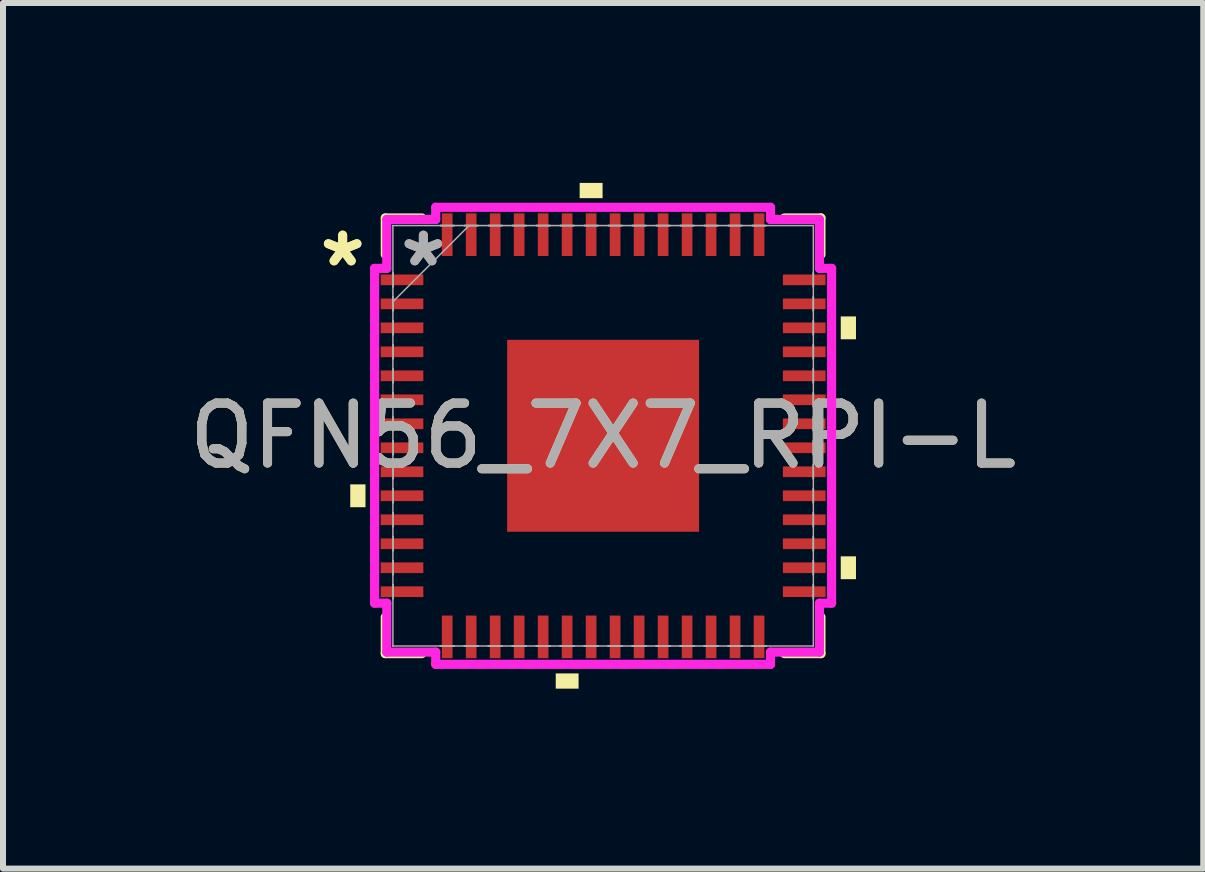
<source format=kicad_pcb>
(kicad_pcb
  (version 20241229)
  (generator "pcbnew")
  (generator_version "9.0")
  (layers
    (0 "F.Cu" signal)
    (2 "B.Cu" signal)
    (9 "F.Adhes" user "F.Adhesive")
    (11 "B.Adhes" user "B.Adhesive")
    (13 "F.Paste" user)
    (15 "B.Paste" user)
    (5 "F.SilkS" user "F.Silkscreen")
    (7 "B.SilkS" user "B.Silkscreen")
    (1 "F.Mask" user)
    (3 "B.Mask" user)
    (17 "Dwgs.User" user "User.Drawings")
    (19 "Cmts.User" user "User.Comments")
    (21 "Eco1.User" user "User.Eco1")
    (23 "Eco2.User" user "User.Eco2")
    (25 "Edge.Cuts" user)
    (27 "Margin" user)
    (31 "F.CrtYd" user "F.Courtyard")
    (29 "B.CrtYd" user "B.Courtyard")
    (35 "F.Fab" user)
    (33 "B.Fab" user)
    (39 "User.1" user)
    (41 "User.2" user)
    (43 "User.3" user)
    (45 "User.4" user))
  (footprint "QFN56_7X7_RPI-L"
    (layer "F.Cu")
    (at 7.006 4.216)
    (property "Reference" "QFN56_7X7_RPI-L" (at 0 0 0) (unlocked yes) (layer "F.SilkS") (effects (font (size 1 1) (thickness 0.15))))
    (attr smd)
    (fp_line (start -3.632 -3.632) (end -3.632 -3.022) (stroke (width 0.152) (type solid)) (layer "F.SilkS"))
    (fp_line (start -3.632 3.022) (end -3.632 3.632) (stroke (width 0.152) (type solid)) (layer "F.SilkS"))
    (fp_line (start -3.632 3.632) (end -3.022 3.632) (stroke (width 0.152) (type solid)) (layer "F.SilkS"))
    (fp_line (start -3.022 -3.632) (end -3.632 -3.632) (stroke (width 0.152) (type solid)) (layer "F.SilkS"))
    (fp_line (start 3.022 3.632) (end 3.632 3.632) (stroke (width 0.152) (type solid)) (layer "F.SilkS"))
    (fp_line (start 3.632 -3.632) (end 3.022 -3.632) (stroke (width 0.152) (type solid)) (layer "F.SilkS"))
    (fp_line (start 3.632 -3.022) (end 3.632 -3.632) (stroke (width 0.152) (type solid)) (layer "F.SilkS"))
    (fp_line (start 3.632 3.632) (end 3.632 3.022) (stroke (width 0.152) (type solid)) (layer "F.SilkS"))
    (fp_poly (pts (xy -4.216 0.81) (xy -4.216 1.191) (xy -3.962 1.191) (xy -3.962 0.81)) (stroke (width 0) (type solid)) (fill yes) (layer "F.SilkS"))
    (fp_poly (pts (xy -0.79 3.962) (xy -0.79 4.216) (xy -0.409 4.216) (xy -0.409 3.962)) (stroke (width 0) (type solid)) (fill yes) (layer "F.SilkS"))
    (fp_poly (pts (xy -0.391 -3.962) (xy -0.391 -4.216) (xy -0.009 -4.216) (xy -0.009 -3.962)) (stroke (width 0) (type solid)) (fill yes) (layer "F.SilkS"))
    (fp_poly (pts (xy 4.216 -1.99) (xy 4.216 -1.609) (xy 3.962 -1.609) (xy 3.962 -1.99)) (stroke (width 0) (type solid)) (fill yes) (layer "F.SilkS"))
    (fp_poly (pts (xy 4.216 2.01) (xy 4.216 2.391) (xy 3.962 2.391) (xy 3.962 2.01)) (stroke (width 0) (type solid)) (fill yes) (layer "F.SilkS"))
    (fp_poly (pts (xy -1.5 -1.5) (xy -1.5 -0.1) (xy -0.1 -0.1) (xy -0.1 -1.5)) (stroke (width 0) (type solid)) (fill yes) (layer "F.Paste"))
    (fp_poly (pts (xy -1.5 0.1) (xy -1.5 1.5) (xy -0.1 1.5) (xy -0.1 0.1)) (stroke (width 0) (type solid)) (fill yes) (layer "F.Paste"))
    (fp_poly (pts (xy 0.1 -1.5) (xy 0.1 -0.1) (xy 1.5 -0.1) (xy 1.5 -1.5)) (stroke (width 0) (type solid)) (fill yes) (layer "F.Paste"))
    (fp_poly (pts (xy 0.1 0.1) (xy 0.1 1.5) (xy 1.5 1.5) (xy 1.5 0.1)) (stroke (width 0) (type solid)) (fill yes) (layer "F.Paste"))
    (fp_line (start -3.81 -2.791) (end -3.607 -2.791) (stroke (width 0.152) (type solid)) (layer "F.CrtYd"))
    (fp_line (start -3.81 2.791) (end -3.81 -2.791) (stroke (width 0.152) (type solid)) (layer "F.CrtYd"))
    (fp_line (start -3.607 -3.607) (end -2.791 -3.607) (stroke (width 0.152) (type solid)) (layer "F.CrtYd"))
    (fp_line (start -3.607 -2.791) (end -3.607 -3.607) (stroke (width 0.152) (type solid)) (layer "F.CrtYd"))
    (fp_line (start -3.607 2.791) (end -3.81 2.791) (stroke (width 0.152) (type solid)) (layer "F.CrtYd"))
    (fp_line (start -3.607 3.607) (end -3.607 2.791) (stroke (width 0.152) (type solid)) (layer "F.CrtYd"))
    (fp_line (start -2.791 -3.81) (end 2.791 -3.81) (stroke (width 0.152) (type solid)) (layer "F.CrtYd"))
    (fp_line (start -2.791 -3.607) (end -2.791 -3.81) (stroke (width 0.152) (type solid)) (layer "F.CrtYd"))
    (fp_line (start -2.791 3.607) (end -3.607 3.607) (stroke (width 0.152) (type solid)) (layer "F.CrtYd"))
    (fp_line (start -2.791 3.81) (end -2.791 3.607) (stroke (width 0.152) (type solid)) (layer "F.CrtYd"))
    (fp_line (start 2.791 -3.81) (end 2.791 -3.607) (stroke (width 0.152) (type solid)) (layer "F.CrtYd"))
    (fp_line (start 2.791 -3.607) (end 3.607 -3.607) (stroke (width 0.152) (type solid)) (layer "F.CrtYd"))
    (fp_line (start 2.791 3.607) (end 2.791 3.81) (stroke (width 0.152) (type solid)) (layer "F.CrtYd"))
    (fp_line (start 2.791 3.81) (end -2.791 3.81) (stroke (width 0.152) (type solid)) (layer "F.CrtYd"))
    (fp_line (start 3.607 -3.607) (end 3.607 -2.791) (stroke (width 0.152) (type solid)) (layer "F.CrtYd"))
    (fp_line (start 3.607 -2.791) (end 3.81 -2.791) (stroke (width 0.152) (type solid)) (layer "F.CrtYd"))
    (fp_line (start 3.607 2.791) (end 3.607 3.607) (stroke (width 0.152) (type solid)) (layer "F.CrtYd"))
    (fp_line (start 3.607 3.607) (end 2.791 3.607) (stroke (width 0.152) (type solid)) (layer "F.CrtYd"))
    (fp_line (start 3.81 -2.791) (end 3.81 2.791) (stroke (width 0.152) (type solid)) (layer "F.CrtYd"))
    (fp_line (start 3.81 2.791) (end 3.607 2.791) (stroke (width 0.152) (type solid)) (layer "F.CrtYd"))
    (fp_line (start -3.505 -3.505) (end -3.505 -3.505) (stroke (width 0.025) (type solid)) (layer "F.Fab"))
    (fp_line (start -3.505 -3.505) (end -3.505 3.505) (stroke (width 0.025) (type solid)) (layer "F.Fab"))
    (fp_line (start -3.505 -2.714) (end -3.505 -2.714) (stroke (width 0.025) (type solid)) (layer "F.Fab"))
    (fp_line (start -3.505 -2.714) (end -3.505 -2.486) (stroke (width 0.025) (type solid)) (layer "F.Fab"))
    (fp_line (start -3.505 -2.486) (end -3.505 -2.714) (stroke (width 0.025) (type solid)) (layer "F.Fab"))
    (fp_line (start -3.505 -2.486) (end -3.505 -2.486) (stroke (width 0.025) (type solid)) (layer "F.Fab"))
    (fp_line (start -3.505 -2.314) (end -3.505 -2.314) (stroke (width 0.025) (type solid)) (layer "F.Fab"))
    (fp_line (start -3.505 -2.314) (end -3.505 -2.086) (stroke (width 0.025) (type solid)) (layer "F.Fab"))
    (fp_line (start -3.505 -2.235) (end -2.235 -3.505) (stroke (width 0.025) (type solid)) (layer "F.Fab"))
    (fp_line (start -3.505 -2.086) (end -3.505 -2.314) (stroke (width 0.025) (type solid)) (layer "F.Fab"))
    (fp_line (start -3.505 -2.086) (end -3.505 -2.086) (stroke (width 0.025) (type solid)) (layer "F.Fab"))
    (fp_line (start -3.505 -1.914) (end -3.505 -1.914) (stroke (width 0.025) (type solid)) (layer "F.Fab"))
    (fp_line (start -3.505 -1.914) (end -3.505 -1.686) (stroke (width 0.025) (type solid)) (layer "F.Fab"))
    (fp_line (start -3.505 -1.686) (end -3.505 -1.914) (stroke (width 0.025) (type solid)) (layer "F.Fab"))
    (fp_line (start -3.505 -1.686) (end -3.505 -1.686) (stroke (width 0.025) (type solid)) (layer "F.Fab"))
    (fp_line (start -3.505 -1.514) (end -3.505 -1.514) (stroke (width 0.025) (type solid)) (layer "F.Fab"))
    (fp_line (start -3.505 -1.514) (end -3.505 -1.286) (stroke (width 0.025) (type solid)) (layer "F.Fab"))
    (fp_line (start -3.505 -1.286) (end -3.505 -1.514) (stroke (width 0.025) (type solid)) (layer "F.Fab"))
    (fp_line (start -3.505 -1.286) (end -3.505 -1.286) (stroke (width 0.025) (type solid)) (layer "F.Fab"))
    (fp_line (start -3.505 -1.114) (end -3.505 -1.114) (stroke (width 0.025) (type solid)) (layer "F.Fab"))
    (fp_line (start -3.505 -1.114) (end -3.505 -0.886) (stroke (width 0.025) (type solid)) (layer "F.Fab"))
    (fp_line (start -3.505 -0.886) (end -3.505 -1.114) (stroke (width 0.025) (type solid)) (layer "F.Fab"))
    (fp_line (start -3.505 -0.886) (end -3.505 -0.886) (stroke (width 0.025) (type solid)) (layer "F.Fab"))
    (fp_line (start -3.505 -0.714) (end -3.505 -0.714) (stroke (width 0.025) (type solid)) (layer "F.Fab"))
    (fp_line (start -3.505 -0.714) (end -3.505 -0.486) (stroke (width 0.025) (type solid)) (layer "F.Fab"))
    (fp_line (start -3.505 -0.486) (end -3.505 -0.714) (stroke (width 0.025) (type solid)) (layer "F.Fab"))
    (fp_line (start -3.505 -0.486) (end -3.505 -0.486) (stroke (width 0.025) (type solid)) (layer "F.Fab"))
    (fp_line (start -3.505 -0.314) (end -3.505 -0.314) (stroke (width 0.025) (type solid)) (layer "F.Fab"))
    (fp_line (start -3.505 -0.314) (end -3.505 -0.086) (stroke (width 0.025) (type solid)) (layer "F.Fab"))
    (fp_line (start -3.505 -0.086) (end -3.505 -0.314) (stroke (width 0.025) (type solid)) (layer "F.Fab"))
    (fp_line (start -3.505 -0.086) (end -3.505 -0.086) (stroke (width 0.025) (type solid)) (layer "F.Fab"))
    (fp_line (start -3.505 0.086) (end -3.505 0.086) (stroke (width 0.025) (type solid)) (layer "F.Fab"))
    (fp_line (start -3.505 0.086) (end -3.505 0.314) (stroke (width 0.025) (type solid)) (layer "F.Fab"))
    (fp_line (start -3.505 0.314) (end -3.505 0.086) (stroke (width 0.025) (type solid)) (layer "F.Fab"))
    (fp_line (start -3.505 0.314) (end -3.505 0.314) (stroke (width 0.025) (type solid)) (layer "F.Fab"))
    (fp_line (start -3.505 0.486) (end -3.505 0.486) (stroke (width 0.025) (type solid)) (layer "F.Fab"))
    (fp_line (start -3.505 0.486) (end -3.505 0.714) (stroke (width 0.025) (type solid)) (layer "F.Fab"))
    (fp_line (start -3.505 0.714) (end -3.505 0.486) (stroke (width 0.025) (type solid)) (layer "F.Fab"))
    (fp_line (start -3.505 0.714) (end -3.505 0.714) (stroke (width 0.025) (type solid)) (layer "F.Fab"))
    (fp_line (start -3.505 0.886) (end -3.505 0.886) (stroke (width 0.025) (type solid)) (layer "F.Fab"))
    (fp_line (start -3.505 0.886) (end -3.505 1.114) (stroke (width 0.025) (type solid)) (layer "F.Fab"))
    (fp_line (start -3.505 1.114) (end -3.505 0.886) (stroke (width 0.025) (type solid)) (layer "F.Fab"))
    (fp_line (start -3.505 1.114) (end -3.505 1.114) (stroke (width 0.025) (type solid)) (layer "F.Fab"))
    (fp_line (start -3.505 1.286) (end -3.505 1.286) (stroke (width 0.025) (type solid)) (layer "F.Fab"))
    (fp_line (start -3.505 1.286) (end -3.505 1.514) (stroke (width 0.025) (type solid)) (layer "F.Fab"))
    (fp_line (start -3.505 1.514) (end -3.505 1.286) (stroke (width 0.025) (type solid)) (layer "F.Fab"))
    (fp_line (start -3.505 1.514) (end -3.505 1.514) (stroke (width 0.025) (type solid)) (layer "F.Fab"))
    (fp_line (start -3.505 1.686) (end -3.505 1.686) (stroke (width 0.025) (type solid)) (layer "F.Fab"))
    (fp_line (start -3.505 1.686) (end -3.505 1.914) (stroke (width 0.025) (type solid)) (layer "F.Fab"))
    (fp_line (start -3.505 1.914) (end -3.505 1.686) (stroke (width 0.025) (type solid)) (layer "F.Fab"))
    (fp_line (start -3.505 1.914) (end -3.505 1.914) (stroke (width 0.025) (type solid)) (layer "F.Fab"))
    (fp_line (start -3.505 2.086) (end -3.505 2.086) (stroke (width 0.025) (type solid)) (layer "F.Fab"))
    (fp_line (start -3.505 2.086) (end -3.505 2.314) (stroke (width 0.025) (type solid)) (layer "F.Fab"))
    (fp_line (start -3.505 2.314) (end -3.505 2.086) (stroke (width 0.025) (type solid)) (layer "F.Fab"))
    (fp_line (start -3.505 2.314) (end -3.505 2.314) (stroke (width 0.025) (type solid)) (layer "F.Fab"))
    (fp_line (start -3.505 2.486) (end -3.505 2.486) (stroke (width 0.025) (type solid)) (layer "F.Fab"))
    (fp_line (start -3.505 2.486) (end -3.505 2.714) (stroke (width 0.025) (type solid)) (layer "F.Fab"))
    (fp_line (start -3.505 2.714) (end -3.505 2.486) (stroke (width 0.025) (type solid)) (layer "F.Fab"))
    (fp_line (start -3.505 2.714) (end -3.505 2.714) (stroke (width 0.025) (type solid)) (layer "F.Fab"))
    (fp_line (start -3.505 3.505) (end -3.505 3.505) (stroke (width 0.025) (type solid)) (layer "F.Fab"))
    (fp_line (start -3.505 3.505) (end 3.505 3.505) (stroke (width 0.025) (type solid)) (layer "F.Fab"))
    (fp_line (start -2.714 -3.505) (end -2.714 -3.505) (stroke (width 0.025) (type solid)) (layer "F.Fab"))
    (fp_line (start -2.714 -3.505) (end -2.486 -3.505) (stroke (width 0.025) (type solid)) (layer "F.Fab"))
    (fp_line (start -2.714 3.505) (end -2.714 3.505) (stroke (width 0.025) (type solid)) (layer "F.Fab"))
    (fp_line (start -2.714 3.505) (end -2.486 3.505) (stroke (width 0.025) (type solid)) (layer "F.Fab"))
    (fp_line (start -2.486 -3.505) (end -2.714 -3.505) (stroke (width 0.025) (type solid)) (layer "F.Fab"))
    (fp_line (start -2.486 -3.505) (end -2.486 -3.505) (stroke (width 0.025) (type solid)) (layer "F.Fab"))
    (fp_line (start -2.486 3.505) (end -2.714 3.505) (stroke (width 0.025) (type solid)) (layer "F.Fab"))
    (fp_line (start -2.486 3.505) (end -2.486 3.505) (stroke (width 0.025) (type solid)) (layer "F.Fab"))
    (fp_line (start -2.314 -3.505) (end -2.314 -3.505) (stroke (width 0.025) (type solid)) (layer "F.Fab"))
    (fp_line (start -2.314 -3.505) (end -2.086 -3.505) (stroke (width 0.025) (type solid)) (layer "F.Fab"))
    (fp_line (start -2.314 3.505) (end -2.314 3.505) (stroke (width 0.025) (type solid)) (layer "F.Fab"))
    (fp_line (start -2.314 3.505) (end -2.086 3.505) (stroke (width 0.025) (type solid)) (layer "F.Fab"))
    (fp_line (start -2.086 -3.505) (end -2.314 -3.505) (stroke (width 0.025) (type solid)) (layer "F.Fab"))
    (fp_line (start -2.086 -3.505) (end -2.086 -3.505) (stroke (width 0.025) (type solid)) (layer "F.Fab"))
    (fp_line (start -2.086 3.505) (end -2.314 3.505) (stroke (width 0.025) (type solid)) (layer "F.Fab"))
    (fp_line (start -2.086 3.505) (end -2.086 3.505) (stroke (width 0.025) (type solid)) (layer "F.Fab"))
    (fp_line (start -1.914 -3.505) (end -1.914 -3.505) (stroke (width 0.025) (type solid)) (layer "F.Fab"))
    (fp_line (start -1.914 -3.505) (end -1.686 -3.505) (stroke (width 0.025) (type solid)) (layer "F.Fab"))
    (fp_line (start -1.914 3.505) (end -1.914 3.505) (stroke (width 0.025) (type solid)) (layer "F.Fab"))
    (fp_line (start -1.914 3.505) (end -1.686 3.505) (stroke (width 0.025) (type solid)) (layer "F.Fab"))
    (fp_line (start -1.686 -3.505) (end -1.914 -3.505) (stroke (width 0.025) (type solid)) (layer "F.Fab"))
    (fp_line (start -1.686 -3.505) (end -1.686 -3.505) (stroke (width 0.025) (type solid)) (layer "F.Fab"))
    (fp_line (start -1.686 3.505) (end -1.914 3.505) (stroke (width 0.025) (type solid)) (layer "F.Fab"))
    (fp_line (start -1.686 3.505) (end -1.686 3.505) (stroke (width 0.025) (type solid)) (layer "F.Fab"))
    (fp_line (start -1.514 -3.505) (end -1.514 -3.505) (stroke (width 0.025) (type solid)) (layer "F.Fab"))
    (fp_line (start -1.514 -3.505) (end -1.286 -3.505) (stroke (width 0.025) (type solid)) (layer "F.Fab"))
    (fp_line (start -1.514 3.505) (end -1.514 3.505) (stroke (width 0.025) (type solid)) (layer "F.Fab"))
    (fp_line (start -1.514 3.505) (end -1.286 3.505) (stroke (width 0.025) (type solid)) (layer "F.Fab"))
    (fp_line (start -1.286 -3.505) (end -1.514 -3.505) (stroke (width 0.025) (type solid)) (layer "F.Fab"))
    (fp_line (start -1.286 -3.505) (end -1.286 -3.505) (stroke (width 0.025) (type solid)) (layer "F.Fab"))
    (fp_line (start -1.286 3.505) (end -1.514 3.505) (stroke (width 0.025) (type solid)) (layer "F.Fab"))
    (fp_line (start -1.286 3.505) (end -1.286 3.505) (stroke (width 0.025) (type solid)) (layer "F.Fab"))
    (fp_line (start -1.114 -3.505) (end -1.114 -3.505) (stroke (width 0.025) (type solid)) (layer "F.Fab"))
    (fp_line (start -1.114 -3.505) (end -0.886 -3.505) (stroke (width 0.025) (type solid)) (layer "F.Fab"))
    (fp_line (start -1.114 3.505) (end -1.114 3.505) (stroke (width 0.025) (type solid)) (layer "F.Fab"))
    (fp_line (start -1.114 3.505) (end -0.886 3.505) (stroke (width 0.025) (type solid)) (layer "F.Fab"))
    (fp_line (start -0.886 -3.505) (end -1.114 -3.505) (stroke (width 0.025) (type solid)) (layer "F.Fab"))
    (fp_line (start -0.886 -3.505) (end -0.886 -3.505) (stroke (width 0.025) (type solid)) (layer "F.Fab"))
    (fp_line (start -0.886 3.505) (end -1.114 3.505) (stroke (width 0.025) (type solid)) (layer "F.Fab"))
    (fp_line (start -0.886 3.505) (end -0.886 3.505) (stroke (width 0.025) (type solid)) (layer "F.Fab"))
    (fp_line (start -0.714 -3.505) (end -0.714 -3.505) (stroke (width 0.025) (type solid)) (layer "F.Fab"))
    (fp_line (start -0.714 -3.505) (end -0.486 -3.505) (stroke (width 0.025) (type solid)) (layer "F.Fab"))
    (fp_line (start -0.714 3.505) (end -0.714 3.505) (stroke (width 0.025) (type solid)) (layer "F.Fab"))
    (fp_line (start -0.714 3.505) (end -0.486 3.505) (stroke (width 0.025) (type solid)) (layer "F.Fab"))
    (fp_line (start -0.486 -3.505) (end -0.714 -3.505) (stroke (width 0.025) (type solid)) (layer "F.Fab"))
    (fp_line (start -0.486 -3.505) (end -0.486 -3.505) (stroke (width 0.025) (type solid)) (layer "F.Fab"))
    (fp_line (start -0.486 3.505) (end -0.714 3.505) (stroke (width 0.025) (type solid)) (layer "F.Fab"))
    (fp_line (start -0.486 3.505) (end -0.486 3.505) (stroke (width 0.025) (type solid)) (layer "F.Fab"))
    (fp_line (start -0.314 -3.505) (end -0.314 -3.505) (stroke (width 0.025) (type solid)) (layer "F.Fab"))
    (fp_line (start -0.314 -3.505) (end -0.086 -3.505) (stroke (width 0.025) (type solid)) (layer "F.Fab"))
    (fp_line (start -0.314 3.505) (end -0.314 3.505) (stroke (width 0.025) (type solid)) (layer "F.Fab"))
    (fp_line (start -0.314 3.505) (end -0.086 3.505) (stroke (width 0.025) (type solid)) (layer "F.Fab"))
    (fp_line (start -0.086 -3.505) (end -0.314 -3.505) (stroke (width 0.025) (type solid)) (layer "F.Fab"))
    (fp_line (start -0.086 -3.505) (end -0.086 -3.505) (stroke (width 0.025) (type solid)) (layer "F.Fab"))
    (fp_line (start -0.086 3.505) (end -0.314 3.505) (stroke (width 0.025) (type solid)) (layer "F.Fab"))
    (fp_line (start -0.086 3.505) (end -0.086 3.505) (stroke (width 0.025) (type solid)) (layer "F.Fab"))
    (fp_line (start 0.086 -3.505) (end 0.086 -3.505) (stroke (width 0.025) (type solid)) (layer "F.Fab"))
    (fp_line (start 0.086 -3.505) (end 0.314 -3.505) (stroke (width 0.025) (type solid)) (layer "F.Fab"))
    (fp_line (start 0.086 3.505) (end 0.086 3.505) (stroke (width 0.025) (type solid)) (layer "F.Fab"))
    (fp_line (start 0.086 3.505) (end 0.314 3.505) (stroke (width 0.025) (type solid)) (layer "F.Fab"))
    (fp_line (start 0.314 -3.505) (end 0.086 -3.505) (stroke (width 0.025) (type solid)) (layer "F.Fab"))
    (fp_line (start 0.314 -3.505) (end 0.314 -3.505) (stroke (width 0.025) (type solid)) (layer "F.Fab"))
    (fp_line (start 0.314 3.505) (end 0.086 3.505) (stroke (width 0.025) (type solid)) (layer "F.Fab"))
    (fp_line (start 0.314 3.505) (end 0.314 3.505) (stroke (width 0.025) (type solid)) (layer "F.Fab"))
    (fp_line (start 0.486 -3.505) (end 0.486 -3.505) (stroke (width 0.025) (type solid)) (layer "F.Fab"))
    (fp_line (start 0.486 -3.505) (end 0.714 -3.505) (stroke (width 0.025) (type solid)) (layer "F.Fab"))
    (fp_line (start 0.486 3.505) (end 0.486 3.505) (stroke (width 0.025) (type solid)) (layer "F.Fab"))
    (fp_line (start 0.486 3.505) (end 0.714 3.505) (stroke (width 0.025) (type solid)) (layer "F.Fab"))
    (fp_line (start 0.714 -3.505) (end 0.486 -3.505) (stroke (width 0.025) (type solid)) (layer "F.Fab"))
    (fp_line (start 0.714 -3.505) (end 0.714 -3.505) (stroke (width 0.025) (type solid)) (layer "F.Fab"))
    (fp_line (start 0.714 3.505) (end 0.486 3.505) (stroke (width 0.025) (type solid)) (layer "F.Fab"))
    (fp_line (start 0.714 3.505) (end 0.714 3.505) (stroke (width 0.025) (type solid)) (layer "F.Fab"))
    (fp_line (start 0.886 -3.505) (end 0.886 -3.505) (stroke (width 0.025) (type solid)) (layer "F.Fab"))
    (fp_line (start 0.886 -3.505) (end 1.114 -3.505) (stroke (width 0.025) (type solid)) (layer "F.Fab"))
    (fp_line (start 0.886 3.505) (end 0.886 3.505) (stroke (width 0.025) (type solid)) (layer "F.Fab"))
    (fp_line (start 0.886 3.505) (end 1.114 3.505) (stroke (width 0.025) (type solid)) (layer "F.Fab"))
    (fp_line (start 1.114 -3.505) (end 0.886 -3.505) (stroke (width 0.025) (type solid)) (layer "F.Fab"))
    (fp_line (start 1.114 -3.505) (end 1.114 -3.505) (stroke (width 0.025) (type solid)) (layer "F.Fab"))
    (fp_line (start 1.114 3.505) (end 0.886 3.505) (stroke (width 0.025) (type solid)) (layer "F.Fab"))
    (fp_line (start 1.114 3.505) (end 1.114 3.505) (stroke (width 0.025) (type solid)) (layer "F.Fab"))
    (fp_line (start 1.286 -3.505) (end 1.286 -3.505) (stroke (width 0.025) (type solid)) (layer "F.Fab"))
    (fp_line (start 1.286 -3.505) (end 1.514 -3.505) (stroke (width 0.025) (type solid)) (layer "F.Fab"))
    (fp_line (start 1.286 3.505) (end 1.286 3.505) (stroke (width 0.025) (type solid)) (layer "F.Fab"))
    (fp_line (start 1.286 3.505) (end 1.514 3.505) (stroke (width 0.025) (type solid)) (layer "F.Fab"))
    (fp_line (start 1.514 -3.505) (end 1.286 -3.505) (stroke (width 0.025) (type solid)) (layer "F.Fab"))
    (fp_line (start 1.514 -3.505) (end 1.514 -3.505) (stroke (width 0.025) (type solid)) (layer "F.Fab"))
    (fp_line (start 1.514 3.505) (end 1.286 3.505) (stroke (width 0.025) (type solid)) (layer "F.Fab"))
    (fp_line (start 1.514 3.505) (end 1.514 3.505) (stroke (width 0.025) (type solid)) (layer "F.Fab"))
    (fp_line (start 1.686 -3.505) (end 1.686 -3.505) (stroke (width 0.025) (type solid)) (layer "F.Fab"))
    (fp_line (start 1.686 -3.505) (end 1.914 -3.505) (stroke (width 0.025) (type solid)) (layer "F.Fab"))
    (fp_line (start 1.686 3.505) (end 1.686 3.505) (stroke (width 0.025) (type solid)) (layer "F.Fab"))
    (fp_line (start 1.686 3.505) (end 1.914 3.505) (stroke (width 0.025) (type solid)) (layer "F.Fab"))
    (fp_line (start 1.914 -3.505) (end 1.686 -3.505) (stroke (width 0.025) (type solid)) (layer "F.Fab"))
    (fp_line (start 1.914 -3.505) (end 1.914 -3.505) (stroke (width 0.025) (type solid)) (layer "F.Fab"))
    (fp_line (start 1.914 3.505) (end 1.686 3.505) (stroke (width 0.025) (type solid)) (layer "F.Fab"))
    (fp_line (start 1.914 3.505) (end 1.914 3.505) (stroke (width 0.025) (type solid)) (layer "F.Fab"))
    (fp_line (start 2.086 -3.505) (end 2.086 -3.505) (stroke (width 0.025) (type solid)) (layer "F.Fab"))
    (fp_line (start 2.086 -3.505) (end 2.314 -3.505) (stroke (width 0.025) (type solid)) (layer "F.Fab"))
    (fp_line (start 2.086 3.505) (end 2.086 3.505) (stroke (width 0.025) (type solid)) (layer "F.Fab"))
    (fp_line (start 2.086 3.505) (end 2.314 3.505) (stroke (width 0.025) (type solid)) (layer "F.Fab"))
    (fp_line (start 2.314 -3.505) (end 2.086 -3.505) (stroke (width 0.025) (type solid)) (layer "F.Fab"))
    (fp_line (start 2.314 -3.505) (end 2.314 -3.505) (stroke (width 0.025) (type solid)) (layer "F.Fab"))
    (fp_line (start 2.314 3.505) (end 2.086 3.505) (stroke (width 0.025) (type solid)) (layer "F.Fab"))
    (fp_line (start 2.314 3.505) (end 2.314 3.505) (stroke (width 0.025) (type solid)) (layer "F.Fab"))
    (fp_line (start 2.486 -3.505) (end 2.486 -3.505) (stroke (width 0.025) (type solid)) (layer "F.Fab"))
    (fp_line (start 2.486 -3.505) (end 2.714 -3.505) (stroke (width 0.025) (type solid)) (layer "F.Fab"))
    (fp_line (start 2.486 3.505) (end 2.486 3.505) (stroke (width 0.025) (type solid)) (layer "F.Fab"))
    (fp_line (start 2.486 3.505) (end 2.714 3.505) (stroke (width 0.025) (type solid)) (layer "F.Fab"))
    (fp_line (start 2.714 -3.505) (end 2.486 -3.505) (stroke (width 0.025) (type solid)) (layer "F.Fab"))
    (fp_line (start 2.714 -3.505) (end 2.714 -3.505) (stroke (width 0.025) (type solid)) (layer "F.Fab"))
    (fp_line (start 2.714 3.505) (end 2.486 3.505) (stroke (width 0.025) (type solid)) (layer "F.Fab"))
    (fp_line (start 2.714 3.505) (end 2.714 3.505) (stroke (width 0.025) (type solid)) (layer "F.Fab"))
    (fp_line (start 3.505 -3.505) (end -3.505 -3.505) (stroke (width 0.025) (type solid)) (layer "F.Fab"))
    (fp_line (start 3.505 -3.505) (end 3.505 -3.505) (stroke (width 0.025) (type solid)) (layer "F.Fab"))
    (fp_line (start 3.505 -2.714) (end 3.505 -2.714) (stroke (width 0.025) (type solid)) (layer "F.Fab"))
    (fp_line (start 3.505 -2.714) (end 3.505 -2.486) (stroke (width 0.025) (type solid)) (layer "F.Fab"))
    (fp_line (start 3.505 -2.486) (end 3.505 -2.714) (stroke (width 0.025) (type solid)) (layer "F.Fab"))
    (fp_line (start 3.505 -2.486) (end 3.505 -2.486) (stroke (width 0.025) (type solid)) (layer "F.Fab"))
    (fp_line (start 3.505 -2.314) (end 3.505 -2.314) (stroke (width 0.025) (type solid)) (layer "F.Fab"))
    (fp_line (start 3.505 -2.314) (end 3.505 -2.086) (stroke (width 0.025) (type solid)) (layer "F.Fab"))
    (fp_line (start 3.505 -2.086) (end 3.505 -2.314) (stroke (width 0.025) (type solid)) (layer "F.Fab"))
    (fp_line (start 3.505 -2.086) (end 3.505 -2.086) (stroke (width 0.025) (type solid)) (layer "F.Fab"))
    (fp_line (start 3.505 -1.914) (end 3.505 -1.914) (stroke (width 0.025) (type solid)) (layer "F.Fab"))
    (fp_line (start 3.505 -1.914) (end 3.505 -1.686) (stroke (width 0.025) (type solid)) (layer "F.Fab"))
    (fp_line (start 3.505 -1.686) (end 3.505 -1.914) (stroke (width 0.025) (type solid)) (layer "F.Fab"))
    (fp_line (start 3.505 -1.686) (end 3.505 -1.686) (stroke (width 0.025) (type solid)) (layer "F.Fab"))
    (fp_line (start 3.505 -1.514) (end 3.505 -1.514) (stroke (width 0.025) (type solid)) (layer "F.Fab"))
    (fp_line (start 3.505 -1.514) (end 3.505 -1.286) (stroke (width 0.025) (type solid)) (layer "F.Fab"))
    (fp_line (start 3.505 -1.286) (end 3.505 -1.514) (stroke (width 0.025) (type solid)) (layer "F.Fab"))
    (fp_line (start 3.505 -1.286) (end 3.505 -1.286) (stroke (width 0.025) (type solid)) (layer "F.Fab"))
    (fp_line (start 3.505 -1.114) (end 3.505 -1.114) (stroke (width 0.025) (type solid)) (layer "F.Fab"))
    (fp_line (start 3.505 -1.114) (end 3.505 -0.886) (stroke (width 0.025) (type solid)) (layer "F.Fab"))
    (fp_line (start 3.505 -0.886) (end 3.505 -1.114) (stroke (width 0.025) (type solid)) (layer "F.Fab"))
    (fp_line (start 3.505 -0.886) (end 3.505 -0.886) (stroke (width 0.025) (type solid)) (layer "F.Fab"))
    (fp_line (start 3.505 -0.714) (end 3.505 -0.714) (stroke (width 0.025) (type solid)) (layer "F.Fab"))
    (fp_line (start 3.505 -0.714) (end 3.505 -0.486) (stroke (width 0.025) (type solid)) (layer "F.Fab"))
    (fp_line (start 3.505 -0.486) (end 3.505 -0.714) (stroke (width 0.025) (type solid)) (layer "F.Fab"))
    (fp_line (start 3.505 -0.486) (end 3.505 -0.486) (stroke (width 0.025) (type solid)) (layer "F.Fab"))
    (fp_line (start 3.505 -0.314) (end 3.505 -0.314) (stroke (width 0.025) (type solid)) (layer "F.Fab"))
    (fp_line (start 3.505 -0.314) (end 3.505 -0.086) (stroke (width 0.025) (type solid)) (layer "F.Fab"))
    (fp_line (start 3.505 -0.086) (end 3.505 -0.314) (stroke (width 0.025) (type solid)) (layer "F.Fab"))
    (fp_line (start 3.505 -0.086) (end 3.505 -0.086) (stroke (width 0.025) (type solid)) (layer "F.Fab"))
    (fp_line (start 3.505 0.086) (end 3.505 0.086) (stroke (width 0.025) (type solid)) (layer "F.Fab"))
    (fp_line (start 3.505 0.086) (end 3.505 0.314) (stroke (width 0.025) (type solid)) (layer "F.Fab"))
    (fp_line (start 3.505 0.314) (end 3.505 0.086) (stroke (width 0.025) (type solid)) (layer "F.Fab"))
    (fp_line (start 3.505 0.314) (end 3.505 0.314) (stroke (width 0.025) (type solid)) (layer "F.Fab"))
    (fp_line (start 3.505 0.486) (end 3.505 0.486) (stroke (width 0.025) (type solid)) (layer "F.Fab"))
    (fp_line (start 3.505 0.486) (end 3.505 0.714) (stroke (width 0.025) (type solid)) (layer "F.Fab"))
    (fp_line (start 3.505 0.714) (end 3.505 0.486) (stroke (width 0.025) (type solid)) (layer "F.Fab"))
    (fp_line (start 3.505 0.714) (end 3.505 0.714) (stroke (width 0.025) (type solid)) (layer "F.Fab"))
    (fp_line (start 3.505 0.886) (end 3.505 0.886) (stroke (width 0.025) (type solid)) (layer "F.Fab"))
    (fp_line (start 3.505 0.886) (end 3.505 1.114) (stroke (width 0.025) (type solid)) (layer "F.Fab"))
    (fp_line (start 3.505 1.114) (end 3.505 0.886) (stroke (width 0.025) (type solid)) (layer "F.Fab"))
    (fp_line (start 3.505 1.114) (end 3.505 1.114) (stroke (width 0.025) (type solid)) (layer "F.Fab"))
    (fp_line (start 3.505 1.286) (end 3.505 1.286) (stroke (width 0.025) (type solid)) (layer "F.Fab"))
    (fp_line (start 3.505 1.286) (end 3.505 1.514) (stroke (width 0.025) (type solid)) (layer "F.Fab"))
    (fp_line (start 3.505 1.514) (end 3.505 1.286) (stroke (width 0.025) (type solid)) (layer "F.Fab"))
    (fp_line (start 3.505 1.514) (end 3.505 1.514) (stroke (width 0.025) (type solid)) (layer "F.Fab"))
    (fp_line (start 3.505 1.686) (end 3.505 1.686) (stroke (width 0.025) (type solid)) (layer "F.Fab"))
    (fp_line (start 3.505 1.686) (end 3.505 1.914) (stroke (width 0.025) (type solid)) (layer "F.Fab"))
    (fp_line (start 3.505 1.914) (end 3.505 1.686) (stroke (width 0.025) (type solid)) (layer "F.Fab"))
    (fp_line (start 3.505 1.914) (end 3.505 1.914) (stroke (width 0.025) (type solid)) (layer "F.Fab"))
    (fp_line (start 3.505 2.086) (end 3.505 2.086) (stroke (width 0.025) (type solid)) (layer "F.Fab"))
    (fp_line (start 3.505 2.086) (end 3.505 2.314) (stroke (width 0.025) (type solid)) (layer "F.Fab"))
    (fp_line (start 3.505 2.314) (end 3.505 2.086) (stroke (width 0.025) (type solid)) (layer "F.Fab"))
    (fp_line (start 3.505 2.314) (end 3.505 2.314) (stroke (width 0.025) (type solid)) (layer "F.Fab"))
    (fp_line (start 3.505 2.486) (end 3.505 2.486) (stroke (width 0.025) (type solid)) (layer "F.Fab"))
    (fp_line (start 3.505 2.486) (end 3.505 2.714) (stroke (width 0.025) (type solid)) (layer "F.Fab"))
    (fp_line (start 3.505 2.714) (end 3.505 2.486) (stroke (width 0.025) (type solid)) (layer "F.Fab"))
    (fp_line (start 3.505 2.714) (end 3.505 2.714) (stroke (width 0.025) (type solid)) (layer "F.Fab"))
    (fp_line (start 3.505 3.505) (end 3.505 -3.505) (stroke (width 0.025) (type solid)) (layer "F.Fab"))
    (fp_line (start 3.505 3.505) (end 3.505 3.505) (stroke (width 0.025) (type solid)) (layer "F.Fab"))
    (fp_text user "*" (at -4.343 -2.8 0) (layer "F.SilkS") (effects (font (size 1 1) (thickness 0.15))))
    (fp_text user "*" (at -4.343 -2.8 0) (unlocked yes) (layer "F.SilkS") (effects (font (size 1 1) (thickness 0.15))))
    (fp_text user "*" (at -2.997 -2.8 0) (layer "F.Fab") (effects (font (size 1 1) (thickness 0.15))))
    (fp_text user "${REFERENCE}" (at 0 0 0) (unlocked yes) (layer "F.Fab") (effects (font (size 1 1) (thickness 0.15))))
    (fp_text user "*" (at -2.997 -2.8 0) (unlocked yes) (layer "F.Fab") (effects (font (size 1 1) (thickness 0.15))))
    (pad "1" smd rect (at -3.353 -2.6 90) (size 0.178 0.711) (layers "F.Cu" "F.Mask" "F.Paste"))
    (pad "2" smd rect (at -3.353 -2.2 90) (size 0.178 0.711) (layers "F.Cu" "F.Mask" "F.Paste"))
    (pad "3" smd rect (at -3.353 -1.8 90) (size 0.178 0.711) (layers "F.Cu" "F.Mask" "F.Paste"))
    (pad "4" smd rect (at -3.353 -1.4 90) (size 0.178 0.711) (layers "F.Cu" "F.Mask" "F.Paste"))
    (pad "5" smd rect (at -3.353 -1 90) (size 0.178 0.711) (layers "F.Cu" "F.Mask" "F.Paste"))
    (pad "6" smd rect (at -3.353 -0.6 90) (size 0.178 0.711) (layers "F.Cu" "F.Mask" "F.Paste"))
    (pad "7" smd rect (at -3.353 -0.2 90) (size 0.178 0.711) (layers "F.Cu" "F.Mask" "F.Paste"))
    (pad "8" smd rect (at -3.353 0.2 90) (size 0.178 0.711) (layers "F.Cu" "F.Mask" "F.Paste"))
    (pad "9" smd rect (at -3.353 0.6 90) (size 0.178 0.711) (layers "F.Cu" "F.Mask" "F.Paste"))
    (pad "10" smd rect (at -3.353 1 90) (size 0.178 0.711) (layers "F.Cu" "F.Mask" "F.Paste"))
    (pad "11" smd rect (at -3.353 1.4 90) (size 0.178 0.711) (layers "F.Cu" "F.Mask" "F.Paste"))
    (pad "12" smd rect (at -3.353 1.8 90) (size 0.178 0.711) (layers "F.Cu" "F.Mask" "F.Paste"))
    (pad "13" smd rect (at -3.353 2.2 90) (size 0.178 0.711) (layers "F.Cu" "F.Mask" "F.Paste"))
    (pad "14" smd rect (at -3.353 2.6 90) (size 0.178 0.711) (layers "F.Cu" "F.Mask" "F.Paste"))
    (pad "15" smd rect (at -2.6 3.353) (size 0.178 0.711) (layers "F.Cu" "F.Mask" "F.Paste"))
    (pad "16" smd rect (at -2.2 3.353) (size 0.178 0.711) (layers "F.Cu" "F.Mask" "F.Paste"))
    (pad "17" smd rect (at -1.8 3.353) (size 0.178 0.711) (layers "F.Cu" "F.Mask" "F.Paste"))
    (pad "18" smd rect (at -1.4 3.353) (size 0.178 0.711) (layers "F.Cu" "F.Mask" "F.Paste"))
    (pad "19" smd rect (at -1 3.353) (size 0.178 0.711) (layers "F.Cu" "F.Mask" "F.Paste"))
    (pad "20" smd rect (at -0.6 3.353) (size 0.178 0.711) (layers "F.Cu" "F.Mask" "F.Paste"))
    (pad "21" smd rect (at -0.2 3.353) (size 0.178 0.711) (layers "F.Cu" "F.Mask" "F.Paste"))
    (pad "22" smd rect (at 0.2 3.353) (size 0.178 0.711) (layers "F.Cu" "F.Mask" "F.Paste"))
    (pad "23" smd rect (at 0.6 3.353) (size 0.178 0.711) (layers "F.Cu" "F.Mask" "F.Paste"))
    (pad "24" smd rect (at 1 3.353) (size 0.178 0.711) (layers "F.Cu" "F.Mask" "F.Paste"))
    (pad "25" smd rect (at 1.4 3.353) (size 0.178 0.711) (layers "F.Cu" "F.Mask" "F.Paste"))
    (pad "26" smd rect (at 1.8 3.353) (size 0.178 0.711) (layers "F.Cu" "F.Mask" "F.Paste"))
    (pad "27" smd rect (at 2.2 3.353) (size 0.178 0.711) (layers "F.Cu" "F.Mask" "F.Paste"))
    (pad "28" smd rect (at 2.6 3.353) (size 0.178 0.711) (layers "F.Cu" "F.Mask" "F.Paste"))
    (pad "29" smd rect (at 3.353 2.6 90) (size 0.178 0.711) (layers "F.Cu" "F.Mask" "F.Paste"))
    (pad "30" smd rect (at 3.353 2.2 90) (size 0.178 0.711) (layers "F.Cu" "F.Mask" "F.Paste"))
    (pad "31" smd rect (at 3.353 1.8 90) (size 0.178 0.711) (layers "F.Cu" "F.Mask" "F.Paste"))
    (pad "32" smd rect (at 3.353 1.4 90) (size 0.178 0.711) (layers "F.Cu" "F.Mask" "F.Paste"))
    (pad "33" smd rect (at 3.353 1 90) (size 0.178 0.711) (layers "F.Cu" "F.Mask" "F.Paste"))
    (pad "34" smd rect (at 3.353 0.6 90) (size 0.178 0.711) (layers "F.Cu" "F.Mask" "F.Paste"))
    (pad "35" smd rect (at 3.353 0.2 90) (size 0.178 0.711) (layers "F.Cu" "F.Mask" "F.Paste"))
    (pad "36" smd rect (at 3.353 -0.2 90) (size 0.178 0.711) (layers "F.Cu" "F.Mask" "F.Paste"))
    (pad "37" smd rect (at 3.353 -0.6 90) (size 0.178 0.711) (layers "F.Cu" "F.Mask" "F.Paste"))
    (pad "38" smd rect (at 3.353 -1 90) (size 0.178 0.711) (layers "F.Cu" "F.Mask" "F.Paste"))
    (pad "39" smd rect (at 3.353 -1.4 90) (size 0.178 0.711) (layers "F.Cu" "F.Mask" "F.Paste"))
    (pad "40" smd rect (at 3.353 -1.8 90) (size 0.178 0.711) (layers "F.Cu" "F.Mask" "F.Paste"))
    (pad "41" smd rect (at 3.353 -2.2 90) (size 0.178 0.711) (layers "F.Cu" "F.Mask" "F.Paste"))
    (pad "42" smd rect (at 3.353 -2.6 90) (size 0.178 0.711) (layers "F.Cu" "F.Mask" "F.Paste"))
    (pad "43" smd rect (at 2.6 -3.353) (size 0.178 0.711) (layers "F.Cu" "F.Mask" "F.Paste"))
    (pad "44" smd rect (at 2.2 -3.353) (size 0.178 0.711) (layers "F.Cu" "F.Mask" "F.Paste"))
    (pad "45" smd rect (at 1.8 -3.353) (size 0.178 0.711) (layers "F.Cu" "F.Mask" "F.Paste"))
    (pad "46" smd rect (at 1.4 -3.353) (size 0.178 0.711) (layers "F.Cu" "F.Mask" "F.Paste"))
    (pad "47" smd rect (at 1 -3.353) (size 0.178 0.711) (layers "F.Cu" "F.Mask" "F.Paste"))
    (pad "48" smd rect (at 0.6 -3.353) (size 0.178 0.711) (layers "F.Cu" "F.Mask" "F.Paste"))
    (pad "49" smd rect (at 0.2 -3.353) (size 0.178 0.711) (layers "F.Cu" "F.Mask" "F.Paste"))
    (pad "50" smd rect (at -0.2 -3.353) (size 0.178 0.711) (layers "F.Cu" "F.Mask" "F.Paste"))
    (pad "51" smd rect (at -0.6 -3.353) (size 0.178 0.711) (layers "F.Cu" "F.Mask" "F.Paste"))
    (pad "52" smd rect (at -1 -3.353) (size 0.178 0.711) (layers "F.Cu" "F.Mask" "F.Paste"))
    (pad "53" smd rect (at -1.4 -3.353) (size 0.178 0.711) (layers "F.Cu" "F.Mask" "F.Paste"))
    (pad "54" smd rect (at -1.8 -3.353) (size 0.178 0.711) (layers "F.Cu" "F.Mask" "F.Paste"))
    (pad "55" smd rect (at -2.2 -3.353) (size 0.178 0.711) (layers "F.Cu" "F.Mask" "F.Paste"))
    (pad "56" smd rect (at -2.6 -3.353) (size 0.178 0.711) (layers "F.Cu" "F.Mask" "F.Paste"))
    (pad "57" smd rect (at 0 0) (size 3.2 3.2) (layers "F.Cu" "F.Mask" "F.Paste")))
  (gr_rect
    (start -3 -3)
    (end 17.012 11.433)
    (stroke (width 0.1) (type default))
    (fill no)
    (layer "Edge.Cuts")))
</source>
